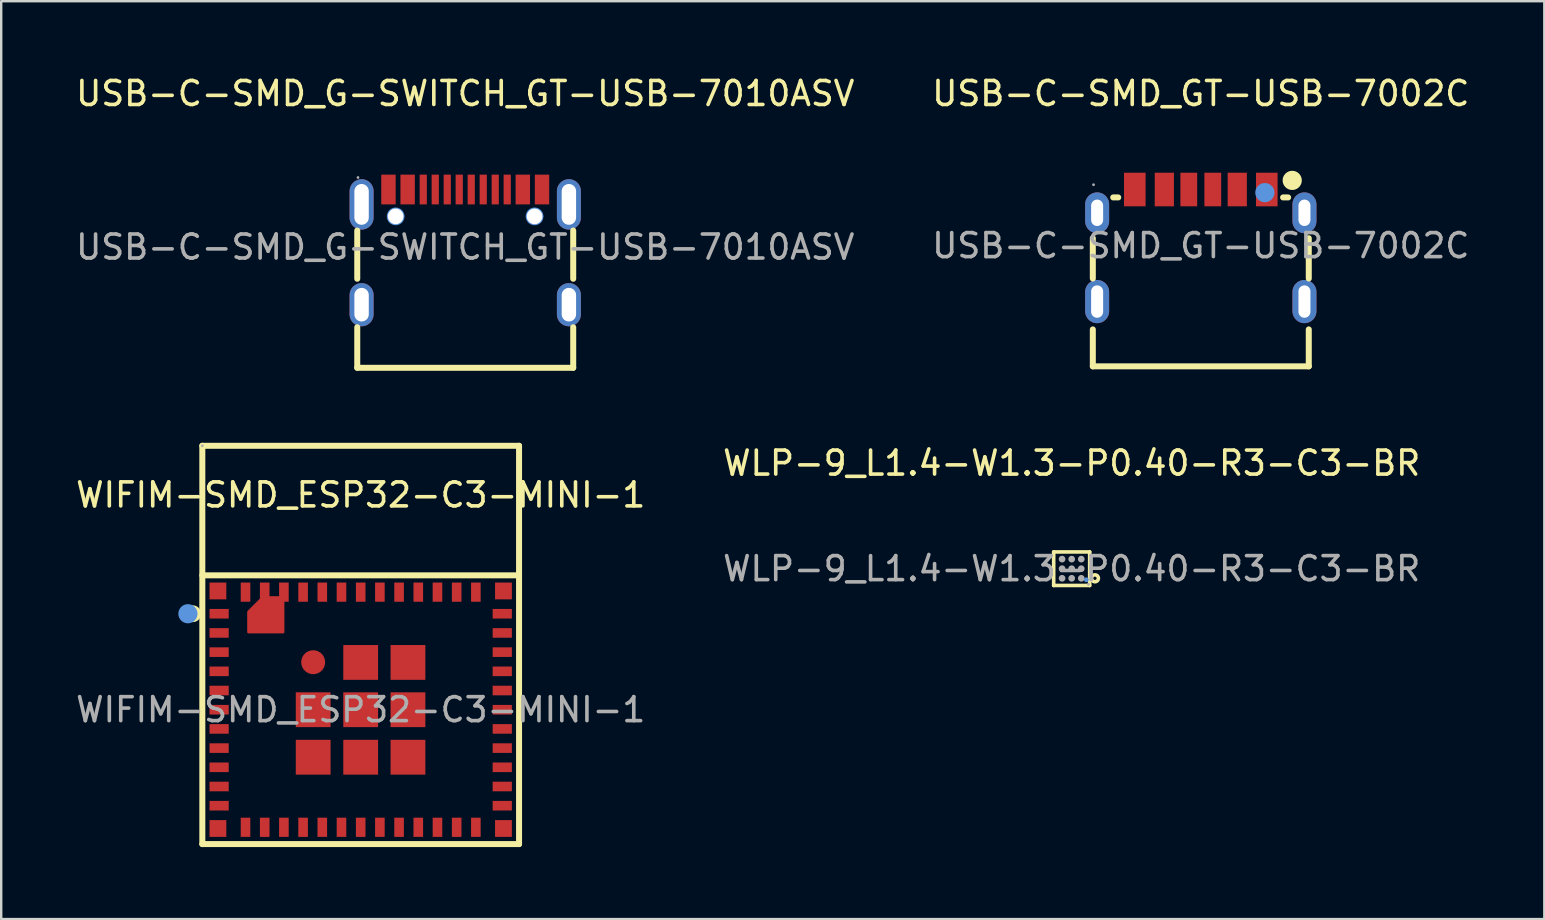
<source format=kicad_pcb>
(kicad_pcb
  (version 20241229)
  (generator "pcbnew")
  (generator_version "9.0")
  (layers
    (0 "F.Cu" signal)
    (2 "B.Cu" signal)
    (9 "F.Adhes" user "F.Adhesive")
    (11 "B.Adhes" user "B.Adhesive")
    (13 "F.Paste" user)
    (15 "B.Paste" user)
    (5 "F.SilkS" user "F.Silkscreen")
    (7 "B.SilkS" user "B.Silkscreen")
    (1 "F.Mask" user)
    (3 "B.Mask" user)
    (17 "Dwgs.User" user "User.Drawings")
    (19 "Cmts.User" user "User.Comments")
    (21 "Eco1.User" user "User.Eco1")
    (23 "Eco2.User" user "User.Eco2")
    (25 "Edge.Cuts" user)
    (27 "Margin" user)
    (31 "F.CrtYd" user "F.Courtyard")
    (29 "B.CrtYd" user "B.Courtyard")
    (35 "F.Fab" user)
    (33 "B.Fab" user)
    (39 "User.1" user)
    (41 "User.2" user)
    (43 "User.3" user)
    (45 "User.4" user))
  (footprint "WLP-9_L1.4-W1.3-P0.40-R3-C3-BR"
    (layer "F.Cu")
    (at 41.613 20.651)
    (property "Reference" "WLP-9_L1.4-W1.3-P0.40-R3-C3-BR" (at 0 -4.4 0) (layer "F.SilkS") (effects (font (size 1 1) (thickness 0.15))))
    (attr smd)
    (fp_line (start -0.75 0.7) (end -0.75 -0.7) (stroke (width 0.15) (type solid)) (layer "F.SilkS"))
    (fp_line (start 0.75 -0.7) (end -0.75 -0.7) (stroke (width 0.15) (type solid)) (layer "F.SilkS"))
    (fp_line (start 0.75 0.7) (end -0.75 0.7) (stroke (width 0.15) (type solid)) (layer "F.SilkS"))
    (fp_line (start 0.75 0.7) (end 0.75 -0.7) (stroke (width 0.15) (type solid)) (layer "F.SilkS"))
    (fp_circle (center 0.97 0.4) (end 1.04 0.4) (stroke (width 0.15) (type solid)) (fill no) (layer "F.SilkS"))
    (fp_circle (center 0.61 0.46) (end 0.66 0.46) (stroke (width 0.1) (type solid)) (fill no) (layer "Cmts.User"))
    (fp_circle (center -0.4 -0.4) (end -0.33 -0.4) (stroke (width 0.14) (type solid)) (fill no) (layer "F.Fab"))
    (fp_circle (center -0.4 0) (end -0.33 0) (stroke (width 0.14) (type solid)) (fill no) (layer "F.Fab"))
    (fp_circle (center -0.4 0.4) (end -0.33 0.4) (stroke (width 0.14) (type solid)) (fill no) (layer "F.Fab"))
    (fp_circle (center 0 -0.4) (end 0.07 -0.4) (stroke (width 0.14) (type solid)) (fill no) (layer "F.Fab"))
    (fp_circle (center 0 0) (end 0.07 0) (stroke (width 0.14) (type solid)) (fill no) (layer "F.Fab"))
    (fp_circle (center 0 0.4) (end 0.07 0.4) (stroke (width 0.14) (type solid)) (fill no) (layer "F.Fab"))
    (fp_circle (center 0.4 -0.4) (end 0.47 -0.4) (stroke (width 0.14) (type solid)) (fill no) (layer "F.Fab"))
    (fp_circle (center 0.4 0) (end 0.47 0) (stroke (width 0.14) (type solid)) (fill no) (layer "F.Fab"))
    (fp_circle (center 0.4 0.4) (end 0.47 0.4) (stroke (width 0.14) (type solid)) (fill no) (layer "F.Fab"))
    (fp_circle (center 0.7 0.65) (end 0.73 0.65) (stroke (width 0.06) (type solid)) (fill no) (layer "F.Fab"))
    (fp_text user "${REFERENCE}" (at 0 0 0) (layer "F.Fab") (effects (font (size 1 1) (thickness 0.15))))
    (pad "A1" smd circle (at 0.4 0.4 180) (size 0.23 0.23) (layers "F.Cu" "F.Mask" "F.Paste"))
    (pad "A2" smd circle (at 0 0.4 180) (size 0.23 0.23) (layers "F.Cu" "F.Mask" "F.Paste"))
    (pad "A3" smd circle (at -0.4 0.4 180) (size 0.23 0.23) (layers "F.Cu" "F.Mask" "F.Paste"))
    (pad "B1" smd circle (at 0.4 0 180) (size 0.23 0.23) (layers "F.Cu" "F.Mask" "F.Paste"))
    (pad "B2" smd circle (at 0 0 180) (size 0.23 0.23) (layers "F.Cu" "F.Mask" "F.Paste"))
    (pad "B3" smd circle (at -0.4 0 180) (size 0.23 0.23) (layers "F.Cu" "F.Mask" "F.Paste"))
    (pad "C1" smd circle (at 0.4 -0.4 180) (size 0.23 0.23) (layers "F.Cu" "F.Mask" "F.Paste"))
    (pad "C2" smd circle (at 0 -0.4 180) (size 0.23 0.23) (layers "F.Cu" "F.Mask" "F.Paste"))
    (pad "C3" smd circle (at -0.4 -0.4 180) (size 0.23 0.23) (layers "F.Cu" "F.Mask" "F.Paste")))
  (footprint "WIFIM-SMD_ESP32-C3-MINI-1"
    (layer "F.Cu")
    (at 11.982 26.528)
    (property "Reference" "WIFIM-SMD_ESP32-C3-MINI-1" (at 0 -8.95 0) (layer "F.SilkS") (effects (font (size 1 1) (thickness 0.15))))
    (attr smd)
    (fp_line (start -6.6 -11) (end 6.6 -11) (stroke (width 0.25) (type solid)) (layer "F.SilkS"))
    (fp_line (start -6.6 5.6) (end -6.6 -11) (stroke (width 0.25) (type solid)) (layer "F.SilkS"))
    (fp_line (start -6.6 5.6) (end 6.6 5.6) (stroke (width 0.25) (type solid)) (layer "F.SilkS"))
    (fp_line (start 6.6 -5.6) (end -6.6 -5.6) (stroke (width 0.25) (type solid)) (layer "F.SilkS"))
    (fp_line (start 6.6 5.6) (end 6.6 -11) (stroke (width 0.25) (type solid)) (layer "F.SilkS"))
    (fp_circle (center -7 -4) (end -6.9 -4) (stroke (width 0.25) (type solid)) (fill no) (layer "F.SilkS"))
    (fp_circle (center -7.2 -4) (end -7 -4) (stroke (width 0.4) (type solid)) (fill no) (layer "Cmts.User"))
    (fp_circle (center -6.6 -11) (end -6.57 -11) (stroke (width 0.06) (type solid)) (fill no) (layer "F.Fab"))
    (fp_text user "${REFERENCE}" (at 0 0 0) (layer "F.Fab") (effects (font (size 1 1) (thickness 0.15))))
    (pad "1" smd rect (at -5.9 -4 90) (size 0.4 0.8) (layers "F.Cu" "F.Mask" "F.Paste"))
    (pad "2" smd rect (at -5.9 -3.2 90) (size 0.4 0.8) (layers "F.Cu" "F.Mask" "F.Paste"))
    (pad "3" smd rect (at -5.9 -2.4 90) (size 0.4 0.8) (layers "F.Cu" "F.Mask" "F.Paste"))
    (pad "4" smd rect (at -5.9 -1.6 90) (size 0.4 0.8) (layers "F.Cu" "F.Mask" "F.Paste"))
    (pad "5" smd rect (at -5.9 -0.8 90) (size 0.4 0.8) (layers "F.Cu" "F.Mask" "F.Paste"))
    (pad "6" smd rect (at -5.9 0 90) (size 0.4 0.8) (layers "F.Cu" "F.Mask" "F.Paste"))
    (pad "7" smd rect (at -5.9 0.8 90) (size 0.4 0.8) (layers "F.Cu" "F.Mask" "F.Paste"))
    (pad "8" smd rect (at -5.9 1.6 90) (size 0.4 0.8) (layers "F.Cu" "F.Mask" "F.Paste"))
    (pad "9" smd rect (at -5.9 2.4 90) (size 0.4 0.8) (layers "F.Cu" "F.Mask" "F.Paste"))
    (pad "10" smd rect (at -5.9 3.2 90) (size 0.4 0.8) (layers "F.Cu" "F.Mask" "F.Paste"))
    (pad "11" smd rect (at -5.9 4 90) (size 0.4 0.8) (layers "F.Cu" "F.Mask" "F.Paste"))
    (pad "12" smd rect (at -4.8 4.9 180) (size 0.4 0.8) (layers "F.Cu" "F.Mask" "F.Paste"))
    (pad "13" smd rect (at -4 4.9 180) (size 0.4 0.8) (layers "F.Cu" "F.Mask" "F.Paste"))
    (pad "14" smd rect (at -3.2 4.9 180) (size 0.4 0.8) (layers "F.Cu" "F.Mask" "F.Paste"))
    (pad "15" smd rect (at -2.4 4.9 180) (size 0.4 0.8) (layers "F.Cu" "F.Mask" "F.Paste"))
    (pad "16" smd rect (at -1.6 4.9 180) (size 0.4 0.8) (layers "F.Cu" "F.Mask" "F.Paste"))
    (pad "17" smd rect (at -0.8 4.9 180) (size 0.4 0.8) (layers "F.Cu" "F.Mask" "F.Paste"))
    (pad "18" smd rect (at 0 4.9 180) (size 0.4 0.8) (layers "F.Cu" "F.Mask" "F.Paste"))
    (pad "19" smd rect (at 0.8 4.9 180) (size 0.4 0.8) (layers "F.Cu" "F.Mask" "F.Paste"))
    (pad "20" smd rect (at 1.6 4.9 180) (size 0.4 0.8) (layers "F.Cu" "F.Mask" "F.Paste"))
    (pad "21" smd rect (at 2.4 4.9 180) (size 0.4 0.8) (layers "F.Cu" "F.Mask" "F.Paste"))
    (pad "22" smd rect (at 3.2 4.9 180) (size 0.4 0.8) (layers "F.Cu" "F.Mask" "F.Paste"))
    (pad "23" smd rect (at 4 4.9 180) (size 0.4 0.8) (layers "F.Cu" "F.Mask" "F.Paste"))
    (pad "24" smd rect (at 4.8 4.9 180) (size 0.4 0.8) (layers "F.Cu" "F.Mask" "F.Paste"))
    (pad "25" smd rect (at 5.9 4 270) (size 0.4 0.8) (layers "F.Cu" "F.Mask" "F.Paste"))
    (pad "26" smd rect (at 5.9 3.2 270) (size 0.4 0.8) (layers "F.Cu" "F.Mask" "F.Paste"))
    (pad "27" smd rect (at 5.9 2.4 270) (size 0.4 0.8) (layers "F.Cu" "F.Mask" "F.Paste"))
    (pad "28" smd rect (at 5.9 1.6 270) (size 0.4 0.8) (layers "F.Cu" "F.Mask" "F.Paste"))
    (pad "29" smd rect (at 5.9 0.8 270) (size 0.4 0.8) (layers "F.Cu" "F.Mask" "F.Paste"))
    (pad "30" smd rect (at 5.9 0 270) (size 0.4 0.8) (layers "F.Cu" "F.Mask" "F.Paste"))
    (pad "31" smd rect (at 5.9 -0.8 270) (size 0.4 0.8) (layers "F.Cu" "F.Mask" "F.Paste"))
    (pad "32" smd rect (at 5.9 -1.6 270) (size 0.4 0.8) (layers "F.Cu" "F.Mask" "F.Paste"))
    (pad "33" smd rect (at 5.9 -2.4 270) (size 0.4 0.8) (layers "F.Cu" "F.Mask" "F.Paste"))
    (pad "34" smd rect (at 5.9 -3.2 270) (size 0.4 0.8) (layers "F.Cu" "F.Mask" "F.Paste"))
    (pad "35" smd rect (at 5.9 -4 270) (size 0.4 0.8) (layers "F.Cu" "F.Mask" "F.Paste"))
    (pad "36" smd rect (at 4.8 -4.9) (size 0.4 0.8) (layers "F.Cu" "F.Mask" "F.Paste"))
    (pad "37" smd rect (at 4 -4.9) (size 0.4 0.8) (layers "F.Cu" "F.Mask" "F.Paste"))
    (pad "38" smd rect (at 3.2 -4.9) (size 0.4 0.8) (layers "F.Cu" "F.Mask" "F.Paste"))
    (pad "39" smd rect (at 2.4 -4.9) (size 0.4 0.8) (layers "F.Cu" "F.Mask" "F.Paste"))
    (pad "40" smd rect (at 1.6 -4.9) (size 0.4 0.8) (layers "F.Cu" "F.Mask" "F.Paste"))
    (pad "41" smd rect (at 0.8 -4.9) (size 0.4 0.8) (layers "F.Cu" "F.Mask" "F.Paste"))
    (pad "42" smd rect (at 0 -4.9) (size 0.4 0.8) (layers "F.Cu" "F.Mask" "F.Paste"))
    (pad "43" smd rect (at -0.8 -4.9) (size 0.4 0.8) (layers "F.Cu" "F.Mask" "F.Paste"))
    (pad "44" smd rect (at -1.6 -4.9) (size 0.4 0.8) (layers "F.Cu" "F.Mask" "F.Paste"))
    (pad "45" smd rect (at -2.4 -4.9) (size 0.4 0.8) (layers "F.Cu" "F.Mask" "F.Paste"))
    (pad "46" smd rect (at -3.2 -4.9) (size 0.4 0.8) (layers "F.Cu" "F.Mask" "F.Paste"))
    (pad "47" smd rect (at -4 -4.9) (size 0.4 0.8) (layers "F.Cu" "F.Mask" "F.Paste"))
    (pad "48" smd rect (at -4.8 -4.9) (size 0.4 0.8) (layers "F.Cu" "F.Mask" "F.Paste"))
    (pad "49" smd custom (at -1.98 -1.98) (size 1 1) (layers "F.Cu" "F.Mask" "F.Paste") (options (anchor circle)) (primitives (gr_poly (pts (xy -2.7 -2.1) (xy -2.1 -2.7) (xy -1.25 -2.7) (xy -1.25 -1.25) (xy -2.7 -1.25)) (width 0.1) (fill yes))))
    (pad "49" smd rect (at -1.98 0) (size 1.45 1.45) (layers "F.Cu" "F.Mask" "F.Paste"))
    (pad "49" smd rect (at -1.98 1.98) (size 1.45 1.45) (layers "F.Cu" "F.Mask" "F.Paste"))
    (pad "49" smd rect (at 0 -1.97) (size 1.45 1.45) (layers "F.Cu" "F.Mask" "F.Paste"))
    (pad "49" smd rect (at 0 0) (size 1.45 1.45) (layers "F.Cu" "F.Mask" "F.Paste"))
    (pad "49" smd rect (at 0 1.98) (size 1.45 1.45) (layers "F.Cu" "F.Mask" "F.Paste"))
    (pad "49" smd rect (at 1.97 -1.97) (size 1.45 1.45) (layers "F.Cu" "F.Mask" "F.Paste"))
    (pad "49" smd rect (at 1.97 0) (size 1.45 1.45) (layers "F.Cu" "F.Mask" "F.Paste"))
    (pad "49" smd rect (at 1.97 1.98) (size 1.45 1.45) (layers "F.Cu" "F.Mask" "F.Paste"))
    (pad "50" smd rect (at 5.95 -4.95) (size 0.7 0.7) (layers "F.Cu" "F.Mask" "F.Paste"))
    (pad "51" smd rect (at 5.95 4.95) (size 0.7 0.7) (layers "F.Cu" "F.Mask" "F.Paste"))
    (pad "52" smd rect (at -5.95 4.95) (size 0.7 0.7) (layers "F.Cu" "F.Mask" "F.Paste"))
    (pad "53" smd rect (at -5.95 -4.95) (size 0.7 0.7) (layers "F.Cu" "F.Mask" "F.Paste")))
  (footprint "USB-C-SMD_G-SWITCH_GT-USB-7010ASV"
    (layer "F.Cu")
    (at 16.339 7.248)
    (property "Reference" "USB-C-SMD_G-SWITCH_GT-USB-7010ASV" (at 0 -6.4 0) (layer "F.SilkS") (effects (font (size 1 1) (thickness 0.15))))
    (attr smd)
    (fp_line (start -4.5 1.32) (end -4.5 -0.69) (stroke (width 0.25) (type solid)) (layer "F.SilkS"))
    (fp_line (start -4.5 5.03) (end -4.5 3.34) (stroke (width 0.25) (type solid)) (layer "F.SilkS"))
    (fp_line (start 4.5 1.32) (end 4.5 -0.69) (stroke (width 0.25) (type solid)) (layer "F.SilkS"))
    (fp_line (start 4.5 5.03) (end -4.5 5.03) (stroke (width 0.25) (type solid)) (layer "F.SilkS"))
    (fp_line (start 4.5 5.03) (end 4.5 3.34) (stroke (width 0.25) (type solid)) (layer "F.SilkS"))
    (fp_circle (center -2.9 -1.28) (end -2.78 -1.28) (stroke (width 0.25) (type solid)) (fill no) (layer "Cmts.User"))
    (fp_circle (center 2.89 -1.28) (end 3.01 -1.28) (stroke (width 0.25) (type solid)) (fill no) (layer "Cmts.User"))
    (fp_circle (center -4.47 -2.9) (end -4.44 -2.9) (stroke (width 0.06) (type solid)) (fill no) (layer "F.Fab"))
    (fp_text user "${REFERENCE}" (at 0 0 0) (layer "F.Fab") (effects (font (size 1 1) (thickness 0.15))))
    (pad "" thru_hole circle (at -2.9 -1.28) (size 0.65 0.65) (drill 0.65) (layers "*.Cu" "*.Mask"))
    (pad "" thru_hole circle (at 2.89 -1.28) (size 0.65 0.65) (drill 0.65) (layers "*.Cu" "*.Mask"))
    (pad "1" thru_hole oval (at -4.32 -1.78) (size 1 2.1) (drill oval 0.6 1.7) (layers "*.Cu" "*.Mask"))
    (pad "2" thru_hole oval (at 4.32 -1.78) (size 1 2.1) (drill oval 0.6 1.7) (layers "*.Cu" "*.Mask"))
    (pad "3" thru_hole oval (at 4.32 2.4) (size 1 1.8) (drill oval 0.6 1.4) (layers "*.Cu" "*.Mask"))
    (pad "4" thru_hole oval (at -4.32 2.4) (size 1 1.8) (drill oval 0.6 1.4) (layers "*.Cu" "*.Mask"))
    (pad "A1B12" smd rect (at -3.2 -2.4) (size 0.6 1.24) (layers "F.Cu" "F.Mask" "F.Paste"))
    (pad "A4B9" smd rect (at -2.4 -2.4) (size 0.6 1.24) (layers "F.Cu" "F.Mask" "F.Paste"))
    (pad "A5" smd rect (at -1.25 -2.4) (size 0.3 1.24) (layers "F.Cu" "F.Mask" "F.Paste"))
    (pad "A6" smd rect (at -0.25 -2.4) (size 0.3 1.24) (layers "F.Cu" "F.Mask" "F.Paste"))
    (pad "A7" smd rect (at 0.25 -2.4) (size 0.3 1.24) (layers "F.Cu" "F.Mask" "F.Paste"))
    (pad "A8" smd rect (at 1.25 -2.4) (size 0.3 1.24) (layers "F.Cu" "F.Mask" "F.Paste"))
    (pad "B1A12" smd rect (at 3.2 -2.4) (size 0.6 1.24) (layers "F.Cu" "F.Mask" "F.Paste"))
    (pad "B4A9" smd rect (at 2.4 -2.4) (size 0.6 1.24) (layers "F.Cu" "F.Mask" "F.Paste"))
    (pad "B5" smd rect (at 1.75 -2.4) (size 0.3 1.24) (layers "F.Cu" "F.Mask" "F.Paste"))
    (pad "B6" smd rect (at 0.75 -2.4) (size 0.3 1.24) (layers "F.Cu" "F.Mask" "F.Paste"))
    (pad "B7" smd rect (at -0.75 -2.4) (size 0.3 1.24) (layers "F.Cu" "F.Mask" "F.Paste"))
    (pad "B8" smd rect (at -1.75 -2.4) (size 0.3 1.24) (layers "F.Cu" "F.Mask" "F.Paste")))
  (footprint "USB-C-SMD_GT-USB-7002C"
    (layer "F.Cu")
    (at 46.994 7.188)
    (property "Reference" "USB-C-SMD_GT-USB-7002C" (at 0 -6.34 0) (layer "F.SilkS") (effects (font (size 1 1) (thickness 0.15))))
    (attr smd)
    (fp_line (start -4.5 1.37) (end -4.5 -0.31) (stroke (width 0.25) (type solid)) (layer "F.SilkS"))
    (fp_line (start -4.5 5.03) (end -4.5 3.49) (stroke (width 0.25) (type solid)) (layer "F.SilkS"))
    (fp_line (start -3.44 -2.01) (end -3.65 -2.01) (stroke (width 0.25) (type solid)) (layer "F.SilkS"))
    (fp_line (start 3.64 -2.01) (end 3.43 -2.01) (stroke (width 0.25) (type solid)) (layer "F.SilkS"))
    (fp_line (start 4.5 1.37) (end 4.5 -0.31) (stroke (width 0.25) (type solid)) (layer "F.SilkS"))
    (fp_line (start 4.5 5.03) (end -4.5 5.03) (stroke (width 0.25) (type solid)) (layer "F.SilkS"))
    (fp_line (start 4.5 5.03) (end 4.5 3.49) (stroke (width 0.25) (type solid)) (layer "F.SilkS"))
    (fp_circle (center 3.81 -2.72) (end 4.01 -2.72) (stroke (width 0.4) (type solid)) (fill no) (layer "F.SilkS"))
    (fp_circle (center 2.67 -2.21) (end 2.87 -2.21) (stroke (width 0.4) (type solid)) (fill no) (layer "Cmts.User"))
    (fp_circle (center -4.47 -2.54) (end -4.44 -2.54) (stroke (width 0.06) (type solid)) (fill no) (layer "F.Fab"))
    (fp_text user "${REFERENCE}" (at 0 0 0) (layer "F.Fab") (effects (font (size 1 1) (thickness 0.15))))
    (pad "A05" smd rect (at -0.5 -2.34) (size 0.7 1.4) (layers "F.Cu" "F.Mask" "F.Paste"))
    (pad "A09" smd rect (at 1.52 -2.34) (size 0.8 1.4) (layers "F.Cu" "F.Mask" "F.Paste"))
    (pad "A12" smd rect (at 2.75 -2.34) (size 0.9 1.4) (layers "F.Cu" "F.Mask" "F.Paste"))
    (pad "B05" smd rect (at 0.5 -2.34) (size 0.7 1.4) (layers "F.Cu" "F.Mask" "F.Paste"))
    (pad "B09" smd rect (at -1.52 -2.34) (size 0.8 1.4) (layers "F.Cu" "F.Mask" "F.Paste"))
    (pad "B12" smd rect (at -2.75 -2.34) (size 0.9 1.4) (layers "F.Cu" "F.Mask" "F.Paste"))
    (pad "SHELL" thru_hole oval (at -4.32 -1.37) (size 1 1.7) (drill oval 0.5 1.1) (layers "*.Cu" "*.Mask"))
    (pad "SHELL" thru_hole oval (at -4.32 2.33) (size 1 1.8) (drill oval 0.5 1.35) (layers "*.Cu" "*.Mask"))
    (pad "SHELL" thru_hole oval (at 4.32 -1.37) (size 1 1.7) (drill oval 0.5 1.1) (layers "*.Cu" "*.Mask"))
    (pad "SHELL" thru_hole oval (at 4.32 2.33) (size 1 1.8) (drill oval 0.5 1.35) (layers "*.Cu" "*.Mask")))
  (gr_rect
    (start -3 -3)
    (end 61.31 35.253)
    (stroke (width 0.1) (type default))
    (fill no)
    (layer "Edge.Cuts")))
</source>
